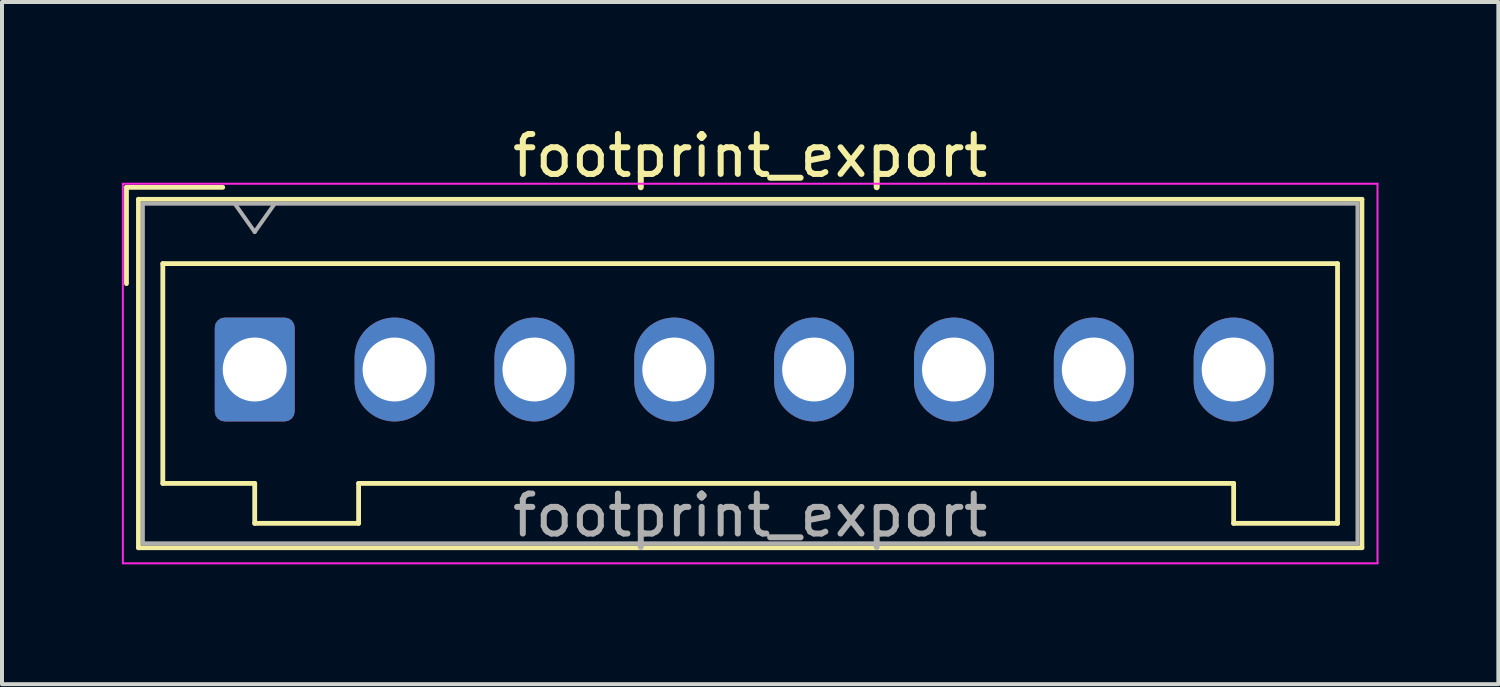
<source format=kicad_pcb>
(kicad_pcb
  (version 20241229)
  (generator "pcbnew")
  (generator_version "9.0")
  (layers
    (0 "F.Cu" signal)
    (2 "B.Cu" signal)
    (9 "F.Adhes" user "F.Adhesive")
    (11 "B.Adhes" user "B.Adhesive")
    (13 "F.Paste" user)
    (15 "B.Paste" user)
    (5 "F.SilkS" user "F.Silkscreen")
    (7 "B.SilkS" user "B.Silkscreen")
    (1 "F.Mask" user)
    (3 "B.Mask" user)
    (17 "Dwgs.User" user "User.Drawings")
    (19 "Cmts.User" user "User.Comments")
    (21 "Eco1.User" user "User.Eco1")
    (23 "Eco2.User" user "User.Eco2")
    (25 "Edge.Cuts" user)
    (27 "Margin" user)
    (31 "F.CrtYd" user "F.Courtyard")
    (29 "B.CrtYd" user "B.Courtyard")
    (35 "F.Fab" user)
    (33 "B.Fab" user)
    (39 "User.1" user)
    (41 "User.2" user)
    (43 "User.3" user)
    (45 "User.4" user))
  (footprint "footprint_export"
    (layer "F.Cu")
    (at 3.325 6.198)
    (property "Reference" "footprint_export" (at 12.4 -5.35 0) (layer "F.SilkS") (effects (font (size 1 1) (thickness 0.15))))
    (attr through_hole)
    (fp_line (start -3.21 -4.56) (end -0.8 -4.56) (stroke (width 0.12) (type solid)) (layer "F.SilkS"))
    (fp_line (start -3.21 -2.15) (end -3.21 -4.56) (stroke (width 0.12) (type solid)) (layer "F.SilkS"))
    (fp_line (start -2.91 -4.26) (end -2.91 4.46) (stroke (width 0.12) (type solid)) (layer "F.SilkS"))
    (fp_line (start -2.91 4.46) (end 27.71 4.46) (stroke (width 0.12) (type solid)) (layer "F.SilkS"))
    (fp_line (start -2.3 -2.65) (end -2.3 2.85) (stroke (width 0.12) (type solid)) (layer "F.SilkS"))
    (fp_line (start -2.3 2.85) (end 0 2.85) (stroke (width 0.12) (type solid)) (layer "F.SilkS"))
    (fp_line (start 0 2.85) (end 0 3.85) (stroke (width 0.12) (type solid)) (layer "F.SilkS"))
    (fp_line (start 0 3.85) (end 2.6 3.85) (stroke (width 0.12) (type solid)) (layer "F.SilkS"))
    (fp_line (start 2.6 2.85) (end 24.5 2.85) (stroke (width 0.12) (type solid)) (layer "F.SilkS"))
    (fp_line (start 2.6 3.85) (end 2.6 2.85) (stroke (width 0.12) (type solid)) (layer "F.SilkS"))
    (fp_line (start 24.5 2.85) (end 24.5 3.85) (stroke (width 0.12) (type solid)) (layer "F.SilkS"))
    (fp_line (start 24.5 3.85) (end 27.1 3.85) (stroke (width 0.12) (type solid)) (layer "F.SilkS"))
    (fp_line (start 27.1 -2.65) (end -2.3 -2.65) (stroke (width 0.12) (type solid)) (layer "F.SilkS"))
    (fp_line (start 27.1 3.85) (end 27.1 -2.65) (stroke (width 0.12) (type solid)) (layer "F.SilkS"))
    (fp_line (start 27.71 -4.26) (end -2.91 -4.26) (stroke (width 0.12) (type solid)) (layer "F.SilkS"))
    (fp_line (start 27.71 4.46) (end 27.71 -4.26) (stroke (width 0.12) (type solid)) (layer "F.SilkS"))
    (fp_line (start -3.3 -4.65) (end -3.3 4.85) (stroke (width 0.05) (type solid)) (layer "F.CrtYd"))
    (fp_line (start -3.3 4.85) (end 28.1 4.85) (stroke (width 0.05) (type solid)) (layer "F.CrtYd"))
    (fp_line (start 28.1 -4.65) (end -3.3 -4.65) (stroke (width 0.05) (type solid)) (layer "F.CrtYd"))
    (fp_line (start 28.1 4.85) (end 28.1 -4.65) (stroke (width 0.05) (type solid)) (layer "F.CrtYd"))
    (fp_line (start -2.8 -4.15) (end -2.8 4.35) (stroke (width 0.1) (type solid)) (layer "F.Fab"))
    (fp_line (start -2.8 4.35) (end 27.6 4.35) (stroke (width 0.1) (type solid)) (layer "F.Fab"))
    (fp_line (start -0.5 -4.15) (end 0 -3.443) (stroke (width 0.1) (type solid)) (layer "F.Fab"))
    (fp_line (start 0 -3.443) (end 0.5 -4.15) (stroke (width 0.1) (type solid)) (layer "F.Fab"))
    (fp_line (start 27.6 -4.15) (end -2.8 -4.15) (stroke (width 0.1) (type solid)) (layer "F.Fab"))
    (fp_line (start 27.6 4.35) (end 27.6 -4.15) (stroke (width 0.1) (type solid)) (layer "F.Fab"))
    (fp_text user "${REFERENCE}" (at 12.4 3.65 0) (layer "F.Fab") (effects (font (size 1 1) (thickness 0.15))))
    (pad "1" thru_hole roundrect (at 0 0) (size 2 2.6) (drill 1.6) (layers "*.Cu" "*.Mask") (roundrect_rratio 0.125))
    (pad "2" thru_hole oval (at 3.5 0) (size 2 2.6) (drill 1.6) (layers "*.Cu" "*.Mask"))
    (pad "3" thru_hole oval (at 7 0) (size 2 2.6) (drill 1.6) (layers "*.Cu" "*.Mask"))
    (pad "4" thru_hole oval (at 10.5 0) (size 2 2.6) (drill 1.6) (layers "*.Cu" "*.Mask"))
    (pad "5" thru_hole oval (at 14 0) (size 2 2.6) (drill 1.6) (layers "*.Cu" "*.Mask"))
    (pad "6" thru_hole oval (at 17.5 0) (size 2 2.6) (drill 1.6) (layers "*.Cu" "*.Mask"))
    (pad "7" thru_hole oval (at 21 0) (size 2 2.6) (drill 1.6) (layers "*.Cu" "*.Mask"))
    (pad "8" thru_hole oval (at 24.5 0) (size 2 2.6) (drill 1.6) (layers "*.Cu" "*.Mask")))
  (gr_rect
    (start -3 -3)
    (end 34.45 14.073)
    (stroke (width 0.1) (type default))
    (fill no)
    (layer "Edge.Cuts")))
</source>
